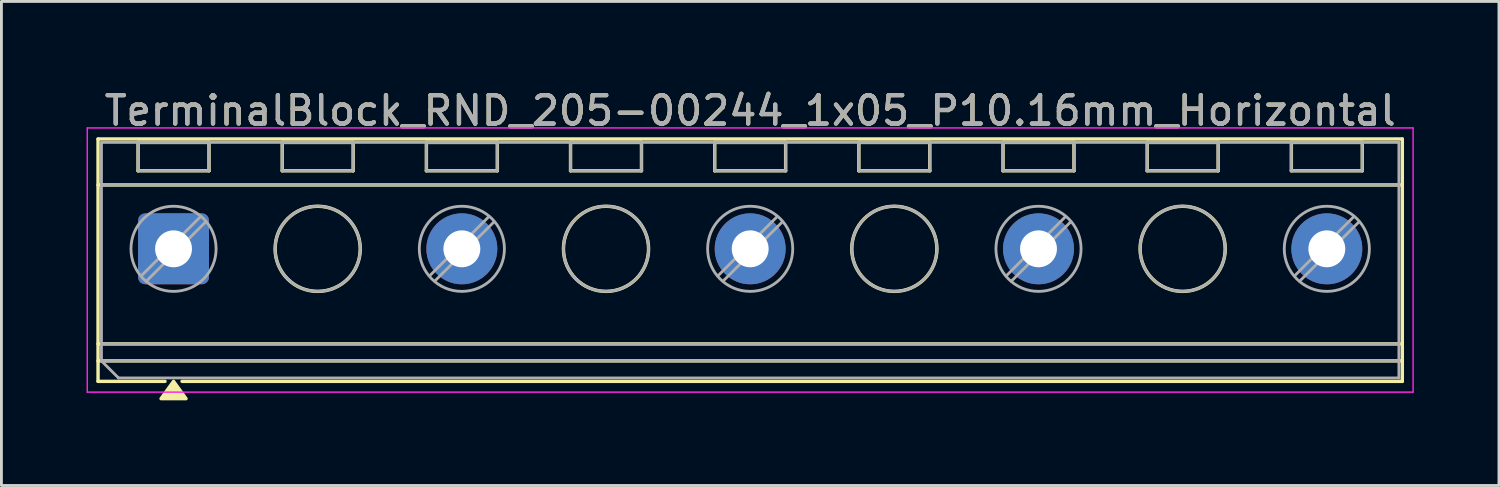
<source format=kicad_pcb>
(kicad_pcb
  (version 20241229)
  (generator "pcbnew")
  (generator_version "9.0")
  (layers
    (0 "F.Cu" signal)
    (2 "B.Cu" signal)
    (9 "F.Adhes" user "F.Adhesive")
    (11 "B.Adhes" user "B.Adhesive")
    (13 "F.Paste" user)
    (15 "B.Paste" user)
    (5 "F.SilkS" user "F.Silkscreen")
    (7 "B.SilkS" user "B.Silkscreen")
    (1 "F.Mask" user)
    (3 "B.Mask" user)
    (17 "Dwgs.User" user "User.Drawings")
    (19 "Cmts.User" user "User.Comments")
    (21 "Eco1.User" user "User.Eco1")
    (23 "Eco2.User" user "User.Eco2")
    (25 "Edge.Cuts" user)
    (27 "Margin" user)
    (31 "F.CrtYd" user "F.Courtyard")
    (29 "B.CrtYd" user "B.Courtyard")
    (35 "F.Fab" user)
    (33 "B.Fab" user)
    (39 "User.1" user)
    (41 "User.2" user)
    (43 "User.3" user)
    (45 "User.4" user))
  (footprint "TerminalBlock_RND_205-00244_1x05_P10.16mm_Horizontal"
    (layer "F.Cu")
    (at 3.065 5.718)
    (property "Reference" "TerminalBlock_RND_205-00244_1x05_P10.16mm_Horizontal" (at 20.32 -4.87 0) (layer "F.SilkS") (effects (font (size 1 1) (thickness 0.15))))
    (attr through_hole)
    (fp_line (start -2.66 -3.87) (end -2.66 4.67) (stroke (width 0.12) (type solid)) (layer "F.SilkS"))
    (fp_line (start -2.66 -3.87) (end 43.3 -3.87) (stroke (width 0.12) (type solid)) (layer "F.SilkS"))
    (fp_line (start -2.66 -2.25) (end 43.3 -2.25) (stroke (width 0.12) (type solid)) (layer "F.SilkS"))
    (fp_line (start -2.66 3.35) (end 43.3 3.35) (stroke (width 0.12) (type solid)) (layer "F.SilkS"))
    (fp_line (start -2.66 3.95) (end 43.3 3.95) (stroke (width 0.12) (type solid)) (layer "F.SilkS"))
    (fp_line (start -2.66 4.67) (end -0.3 4.67) (stroke (width 0.12) (type solid)) (layer "F.SilkS"))
    (fp_line (start -1.25 -3.75) (end -1.25 -2.75) (stroke (width 0.12) (type solid)) (layer "F.SilkS"))
    (fp_line (start -1.25 -3.75) (end 1.25 -3.75) (stroke (width 0.12) (type solid)) (layer "F.SilkS"))
    (fp_line (start -1.25 -2.75) (end 1.25 -2.75) (stroke (width 0.12) (type solid)) (layer "F.SilkS"))
    (fp_line (start 0.3 4.67) (end 43.3 4.67) (stroke (width 0.12) (type solid)) (layer "F.SilkS"))
    (fp_line (start 1.25 -3.75) (end 1.25 -2.75) (stroke (width 0.12) (type solid)) (layer "F.SilkS"))
    (fp_line (start 3.83 -3.75) (end 3.83 -2.75) (stroke (width 0.12) (type solid)) (layer "F.SilkS"))
    (fp_line (start 3.83 -3.75) (end 6.33 -3.75) (stroke (width 0.12) (type solid)) (layer "F.SilkS"))
    (fp_line (start 3.83 -2.75) (end 6.33 -2.75) (stroke (width 0.12) (type solid)) (layer "F.SilkS"))
    (fp_line (start 6.33 -3.75) (end 6.33 -2.75) (stroke (width 0.12) (type solid)) (layer "F.SilkS"))
    (fp_line (start 8.91 -3.75) (end 8.91 -2.75) (stroke (width 0.12) (type solid)) (layer "F.SilkS"))
    (fp_line (start 8.91 -3.75) (end 11.41 -3.75) (stroke (width 0.12) (type solid)) (layer "F.SilkS"))
    (fp_line (start 8.91 -2.75) (end 11.41 -2.75) (stroke (width 0.12) (type solid)) (layer "F.SilkS"))
    (fp_line (start 11.41 -3.75) (end 11.41 -2.75) (stroke (width 0.12) (type solid)) (layer "F.SilkS"))
    (fp_line (start 13.99 -3.75) (end 13.99 -2.75) (stroke (width 0.12) (type solid)) (layer "F.SilkS"))
    (fp_line (start 13.99 -3.75) (end 16.49 -3.75) (stroke (width 0.12) (type solid)) (layer "F.SilkS"))
    (fp_line (start 13.99 -2.75) (end 16.49 -2.75) (stroke (width 0.12) (type solid)) (layer "F.SilkS"))
    (fp_line (start 16.49 -3.75) (end 16.49 -2.75) (stroke (width 0.12) (type solid)) (layer "F.SilkS"))
    (fp_line (start 19.07 -3.75) (end 19.07 -2.75) (stroke (width 0.12) (type solid)) (layer "F.SilkS"))
    (fp_line (start 19.07 -3.75) (end 21.57 -3.75) (stroke (width 0.12) (type solid)) (layer "F.SilkS"))
    (fp_line (start 19.07 -2.75) (end 21.57 -2.75) (stroke (width 0.12) (type solid)) (layer "F.SilkS"))
    (fp_line (start 21.57 -3.75) (end 21.57 -2.75) (stroke (width 0.12) (type solid)) (layer "F.SilkS"))
    (fp_line (start 24.15 -3.75) (end 24.15 -2.75) (stroke (width 0.12) (type solid)) (layer "F.SilkS"))
    (fp_line (start 24.15 -3.75) (end 26.65 -3.75) (stroke (width 0.12) (type solid)) (layer "F.SilkS"))
    (fp_line (start 24.15 -2.75) (end 26.65 -2.75) (stroke (width 0.12) (type solid)) (layer "F.SilkS"))
    (fp_line (start 26.65 -3.75) (end 26.65 -2.75) (stroke (width 0.12) (type solid)) (layer "F.SilkS"))
    (fp_line (start 29.23 -3.75) (end 29.23 -2.75) (stroke (width 0.12) (type solid)) (layer "F.SilkS"))
    (fp_line (start 29.23 -3.75) (end 31.73 -3.75) (stroke (width 0.12) (type solid)) (layer "F.SilkS"))
    (fp_line (start 29.23 -2.75) (end 31.73 -2.75) (stroke (width 0.12) (type solid)) (layer "F.SilkS"))
    (fp_line (start 31.73 -3.75) (end 31.73 -2.75) (stroke (width 0.12) (type solid)) (layer "F.SilkS"))
    (fp_line (start 34.31 -3.75) (end 34.31 -2.75) (stroke (width 0.12) (type solid)) (layer "F.SilkS"))
    (fp_line (start 34.31 -3.75) (end 36.81 -3.75) (stroke (width 0.12) (type solid)) (layer "F.SilkS"))
    (fp_line (start 34.31 -2.75) (end 36.81 -2.75) (stroke (width 0.12) (type solid)) (layer "F.SilkS"))
    (fp_line (start 36.81 -3.75) (end 36.81 -2.75) (stroke (width 0.12) (type solid)) (layer "F.SilkS"))
    (fp_line (start 39.39 -3.75) (end 39.39 -2.75) (stroke (width 0.12) (type solid)) (layer "F.SilkS"))
    (fp_line (start 39.39 -3.75) (end 41.89 -3.75) (stroke (width 0.12) (type solid)) (layer "F.SilkS"))
    (fp_line (start 39.39 -2.75) (end 41.89 -2.75) (stroke (width 0.12) (type solid)) (layer "F.SilkS"))
    (fp_line (start 41.89 -3.75) (end 41.89 -2.75) (stroke (width 0.12) (type solid)) (layer "F.SilkS"))
    (fp_line (start 43.3 -3.87) (end 43.3 4.67) (stroke (width 0.12) (type solid)) (layer "F.SilkS"))
    (fp_circle (center 5.08 0) (end 6.58 0) (stroke (width 0.12) (type solid)) (fill no) (layer "F.SilkS"))
    (fp_circle (center 15.24 0) (end 16.74 0) (stroke (width 0.12) (type solid)) (fill no) (layer "F.SilkS"))
    (fp_circle (center 25.4 0) (end 26.9 0) (stroke (width 0.12) (type solid)) (fill no) (layer "F.SilkS"))
    (fp_circle (center 35.56 0) (end 37.06 0) (stroke (width 0.12) (type solid)) (fill no) (layer "F.SilkS"))
    (fp_poly (pts (xy 0 4.67) (xy 0.44 5.28) (xy -0.44 5.28)) (stroke (width 0.12) (type solid)) (fill yes) (layer "F.SilkS"))
    (fp_line (start -3.04 -4.26) (end -3.04 5.05) (stroke (width 0.05) (type solid)) (layer "F.CrtYd"))
    (fp_line (start -3.04 5.05) (end 43.68 5.05) (stroke (width 0.05) (type solid)) (layer "F.CrtYd"))
    (fp_line (start 43.68 -4.26) (end -3.04 -4.26) (stroke (width 0.05) (type solid)) (layer "F.CrtYd"))
    (fp_line (start 43.68 5.05) (end 43.68 -4.26) (stroke (width 0.05) (type solid)) (layer "F.CrtYd"))
    (fp_line (start -2.54 -3.75) (end 43.18 -3.75) (stroke (width 0.1) (type solid)) (layer "F.Fab"))
    (fp_line (start -2.54 -2.25) (end 43.18 -2.25) (stroke (width 0.1) (type solid)) (layer "F.Fab"))
    (fp_line (start -2.54 3.35) (end 43.18 3.35) (stroke (width 0.1) (type solid)) (layer "F.Fab"))
    (fp_line (start -2.54 3.95) (end -2.54 -3.75) (stroke (width 0.1) (type solid)) (layer "F.Fab"))
    (fp_line (start -2.54 3.95) (end 43.18 3.95) (stroke (width 0.1) (type solid)) (layer "F.Fab"))
    (fp_line (start -1.94 4.55) (end -2.54 3.95) (stroke (width 0.1) (type solid)) (layer "F.Fab"))
    (fp_line (start -1.25 -3.75) (end -1.25 -2.75) (stroke (width 0.1) (type solid)) (layer "F.Fab"))
    (fp_line (start -1.25 -2.75) (end 1.25 -2.75) (stroke (width 0.1) (type solid)) (layer "F.Fab"))
    (fp_line (start 0.955 -1.138) (end -1.138 0.954) (stroke (width 0.1) (type solid)) (layer "F.Fab"))
    (fp_line (start 1.138 -0.954) (end -0.955 1.137) (stroke (width 0.1) (type solid)) (layer "F.Fab"))
    (fp_line (start 1.25 -3.75) (end -1.25 -3.75) (stroke (width 0.1) (type solid)) (layer "F.Fab"))
    (fp_line (start 1.25 -2.75) (end 1.25 -3.75) (stroke (width 0.1) (type solid)) (layer "F.Fab"))
    (fp_line (start 3.83 -3.75) (end 3.83 -2.75) (stroke (width 0.1) (type solid)) (layer "F.Fab"))
    (fp_line (start 3.83 -2.75) (end 6.33 -2.75) (stroke (width 0.1) (type solid)) (layer "F.Fab"))
    (fp_line (start 6.33 -3.75) (end 3.83 -3.75) (stroke (width 0.1) (type solid)) (layer "F.Fab"))
    (fp_line (start 6.33 -2.75) (end 6.33 -3.75) (stroke (width 0.1) (type solid)) (layer "F.Fab"))
    (fp_line (start 8.91 -3.75) (end 8.91 -2.75) (stroke (width 0.1) (type solid)) (layer "F.Fab"))
    (fp_line (start 8.91 -2.75) (end 11.41 -2.75) (stroke (width 0.1) (type solid)) (layer "F.Fab"))
    (fp_line (start 11.115 -1.138) (end 9.022 0.954) (stroke (width 0.1) (type solid)) (layer "F.Fab"))
    (fp_line (start 11.298 -0.954) (end 9.205 1.137) (stroke (width 0.1) (type solid)) (layer "F.Fab"))
    (fp_line (start 11.41 -3.75) (end 8.91 -3.75) (stroke (width 0.1) (type solid)) (layer "F.Fab"))
    (fp_line (start 11.41 -2.75) (end 11.41 -3.75) (stroke (width 0.1) (type solid)) (layer "F.Fab"))
    (fp_line (start 13.99 -3.75) (end 13.99 -2.75) (stroke (width 0.1) (type solid)) (layer "F.Fab"))
    (fp_line (start 13.99 -2.75) (end 16.49 -2.75) (stroke (width 0.1) (type solid)) (layer "F.Fab"))
    (fp_line (start 16.49 -3.75) (end 13.99 -3.75) (stroke (width 0.1) (type solid)) (layer "F.Fab"))
    (fp_line (start 16.49 -2.75) (end 16.49 -3.75) (stroke (width 0.1) (type solid)) (layer "F.Fab"))
    (fp_line (start 19.07 -3.75) (end 19.07 -2.75) (stroke (width 0.1) (type solid)) (layer "F.Fab"))
    (fp_line (start 19.07 -2.75) (end 21.57 -2.75) (stroke (width 0.1) (type solid)) (layer "F.Fab"))
    (fp_line (start 21.275 -1.138) (end 19.182 0.954) (stroke (width 0.1) (type solid)) (layer "F.Fab"))
    (fp_line (start 21.458 -0.954) (end 19.365 1.137) (stroke (width 0.1) (type solid)) (layer "F.Fab"))
    (fp_line (start 21.57 -3.75) (end 19.07 -3.75) (stroke (width 0.1) (type solid)) (layer "F.Fab"))
    (fp_line (start 21.57 -2.75) (end 21.57 -3.75) (stroke (width 0.1) (type solid)) (layer "F.Fab"))
    (fp_line (start 24.15 -3.75) (end 24.15 -2.75) (stroke (width 0.1) (type solid)) (layer "F.Fab"))
    (fp_line (start 24.15 -2.75) (end 26.65 -2.75) (stroke (width 0.1) (type solid)) (layer "F.Fab"))
    (fp_line (start 26.65 -3.75) (end 24.15 -3.75) (stroke (width 0.1) (type solid)) (layer "F.Fab"))
    (fp_line (start 26.65 -2.75) (end 26.65 -3.75) (stroke (width 0.1) (type solid)) (layer "F.Fab"))
    (fp_line (start 29.23 -3.75) (end 29.23 -2.75) (stroke (width 0.1) (type solid)) (layer "F.Fab"))
    (fp_line (start 29.23 -2.75) (end 31.73 -2.75) (stroke (width 0.1) (type solid)) (layer "F.Fab"))
    (fp_line (start 31.435 -1.138) (end 29.342 0.954) (stroke (width 0.1) (type solid)) (layer "F.Fab"))
    (fp_line (start 31.618 -0.954) (end 29.525 1.137) (stroke (width 0.1) (type solid)) (layer "F.Fab"))
    (fp_line (start 31.73 -3.75) (end 29.23 -3.75) (stroke (width 0.1) (type solid)) (layer "F.Fab"))
    (fp_line (start 31.73 -2.75) (end 31.73 -3.75) (stroke (width 0.1) (type solid)) (layer "F.Fab"))
    (fp_line (start 34.31 -3.75) (end 34.31 -2.75) (stroke (width 0.1) (type solid)) (layer "F.Fab"))
    (fp_line (start 34.31 -2.75) (end 36.81 -2.75) (stroke (width 0.1) (type solid)) (layer "F.Fab"))
    (fp_line (start 36.81 -3.75) (end 34.31 -3.75) (stroke (width 0.1) (type solid)) (layer "F.Fab"))
    (fp_line (start 36.81 -2.75) (end 36.81 -3.75) (stroke (width 0.1) (type solid)) (layer "F.Fab"))
    (fp_line (start 39.39 -3.75) (end 39.39 -2.75) (stroke (width 0.1) (type solid)) (layer "F.Fab"))
    (fp_line (start 39.39 -2.75) (end 41.89 -2.75) (stroke (width 0.1) (type solid)) (layer "F.Fab"))
    (fp_line (start 41.595 -1.138) (end 39.502 0.954) (stroke (width 0.1) (type solid)) (layer "F.Fab"))
    (fp_line (start 41.778 -0.954) (end 39.685 1.137) (stroke (width 0.1) (type solid)) (layer "F.Fab"))
    (fp_line (start 41.89 -3.75) (end 39.39 -3.75) (stroke (width 0.1) (type solid)) (layer "F.Fab"))
    (fp_line (start 41.89 -2.75) (end 41.89 -3.75) (stroke (width 0.1) (type solid)) (layer "F.Fab"))
    (fp_line (start 43.18 -3.75) (end 43.18 4.55) (stroke (width 0.1) (type solid)) (layer "F.Fab"))
    (fp_line (start 43.18 4.55) (end -1.94 4.55) (stroke (width 0.1) (type solid)) (layer "F.Fab"))
    (fp_circle (center 0 0) (end 1.5 0) (stroke (width 0.1) (type solid)) (fill no) (layer "F.Fab"))
    (fp_circle (center 5.08 0) (end 6.58 0) (stroke (width 0.1) (type solid)) (fill no) (layer "F.Fab"))
    (fp_circle (center 10.16 0) (end 11.66 0) (stroke (width 0.1) (type solid)) (fill no) (layer "F.Fab"))
    (fp_circle (center 15.24 0) (end 16.74 0) (stroke (width 0.1) (type solid)) (fill no) (layer "F.Fab"))
    (fp_circle (center 20.32 0) (end 21.82 0) (stroke (width 0.1) (type solid)) (fill no) (layer "F.Fab"))
    (fp_circle (center 25.4 0) (end 26.9 0) (stroke (width 0.1) (type solid)) (fill no) (layer "F.Fab"))
    (fp_circle (center 30.48 0) (end 31.98 0) (stroke (width 0.1) (type solid)) (fill no) (layer "F.Fab"))
    (fp_circle (center 35.56 0) (end 37.06 0) (stroke (width 0.1) (type solid)) (fill no) (layer "F.Fab"))
    (fp_circle (center 40.64 0) (end 42.14 0) (stroke (width 0.1) (type solid)) (fill no) (layer "F.Fab"))
    (fp_text user "${REFERENCE}" (at 20.32 -4.87 0) (layer "F.Fab") (effects (font (size 1 1) (thickness 0.15))))
    (pad "1" thru_hole roundrect (at 0 0) (size 2.5 2.5) (drill 1.3) (layers "*.Cu" "*.Mask") (roundrect_rratio 0.1))
    (pad "2" thru_hole circle (at 10.16 0) (size 2.5 2.5) (drill 1.3) (layers "*.Cu" "*.Mask"))
    (pad "3" thru_hole circle (at 20.32 0) (size 2.5 2.5) (drill 1.3) (layers "*.Cu" "*.Mask"))
    (pad "4" thru_hole circle (at 30.48 0) (size 2.5 2.5) (drill 1.3) (layers "*.Cu" "*.Mask"))
    (pad "5" thru_hole circle (at 40.64 0) (size 2.5 2.5) (drill 1.3) (layers "*.Cu" "*.Mask")))
  (gr_rect
    (start -3 -3)
    (end 49.77 14.058)
    (stroke (width 0.1) (type default))
    (fill no)
    (layer "Edge.Cuts")))
</source>
